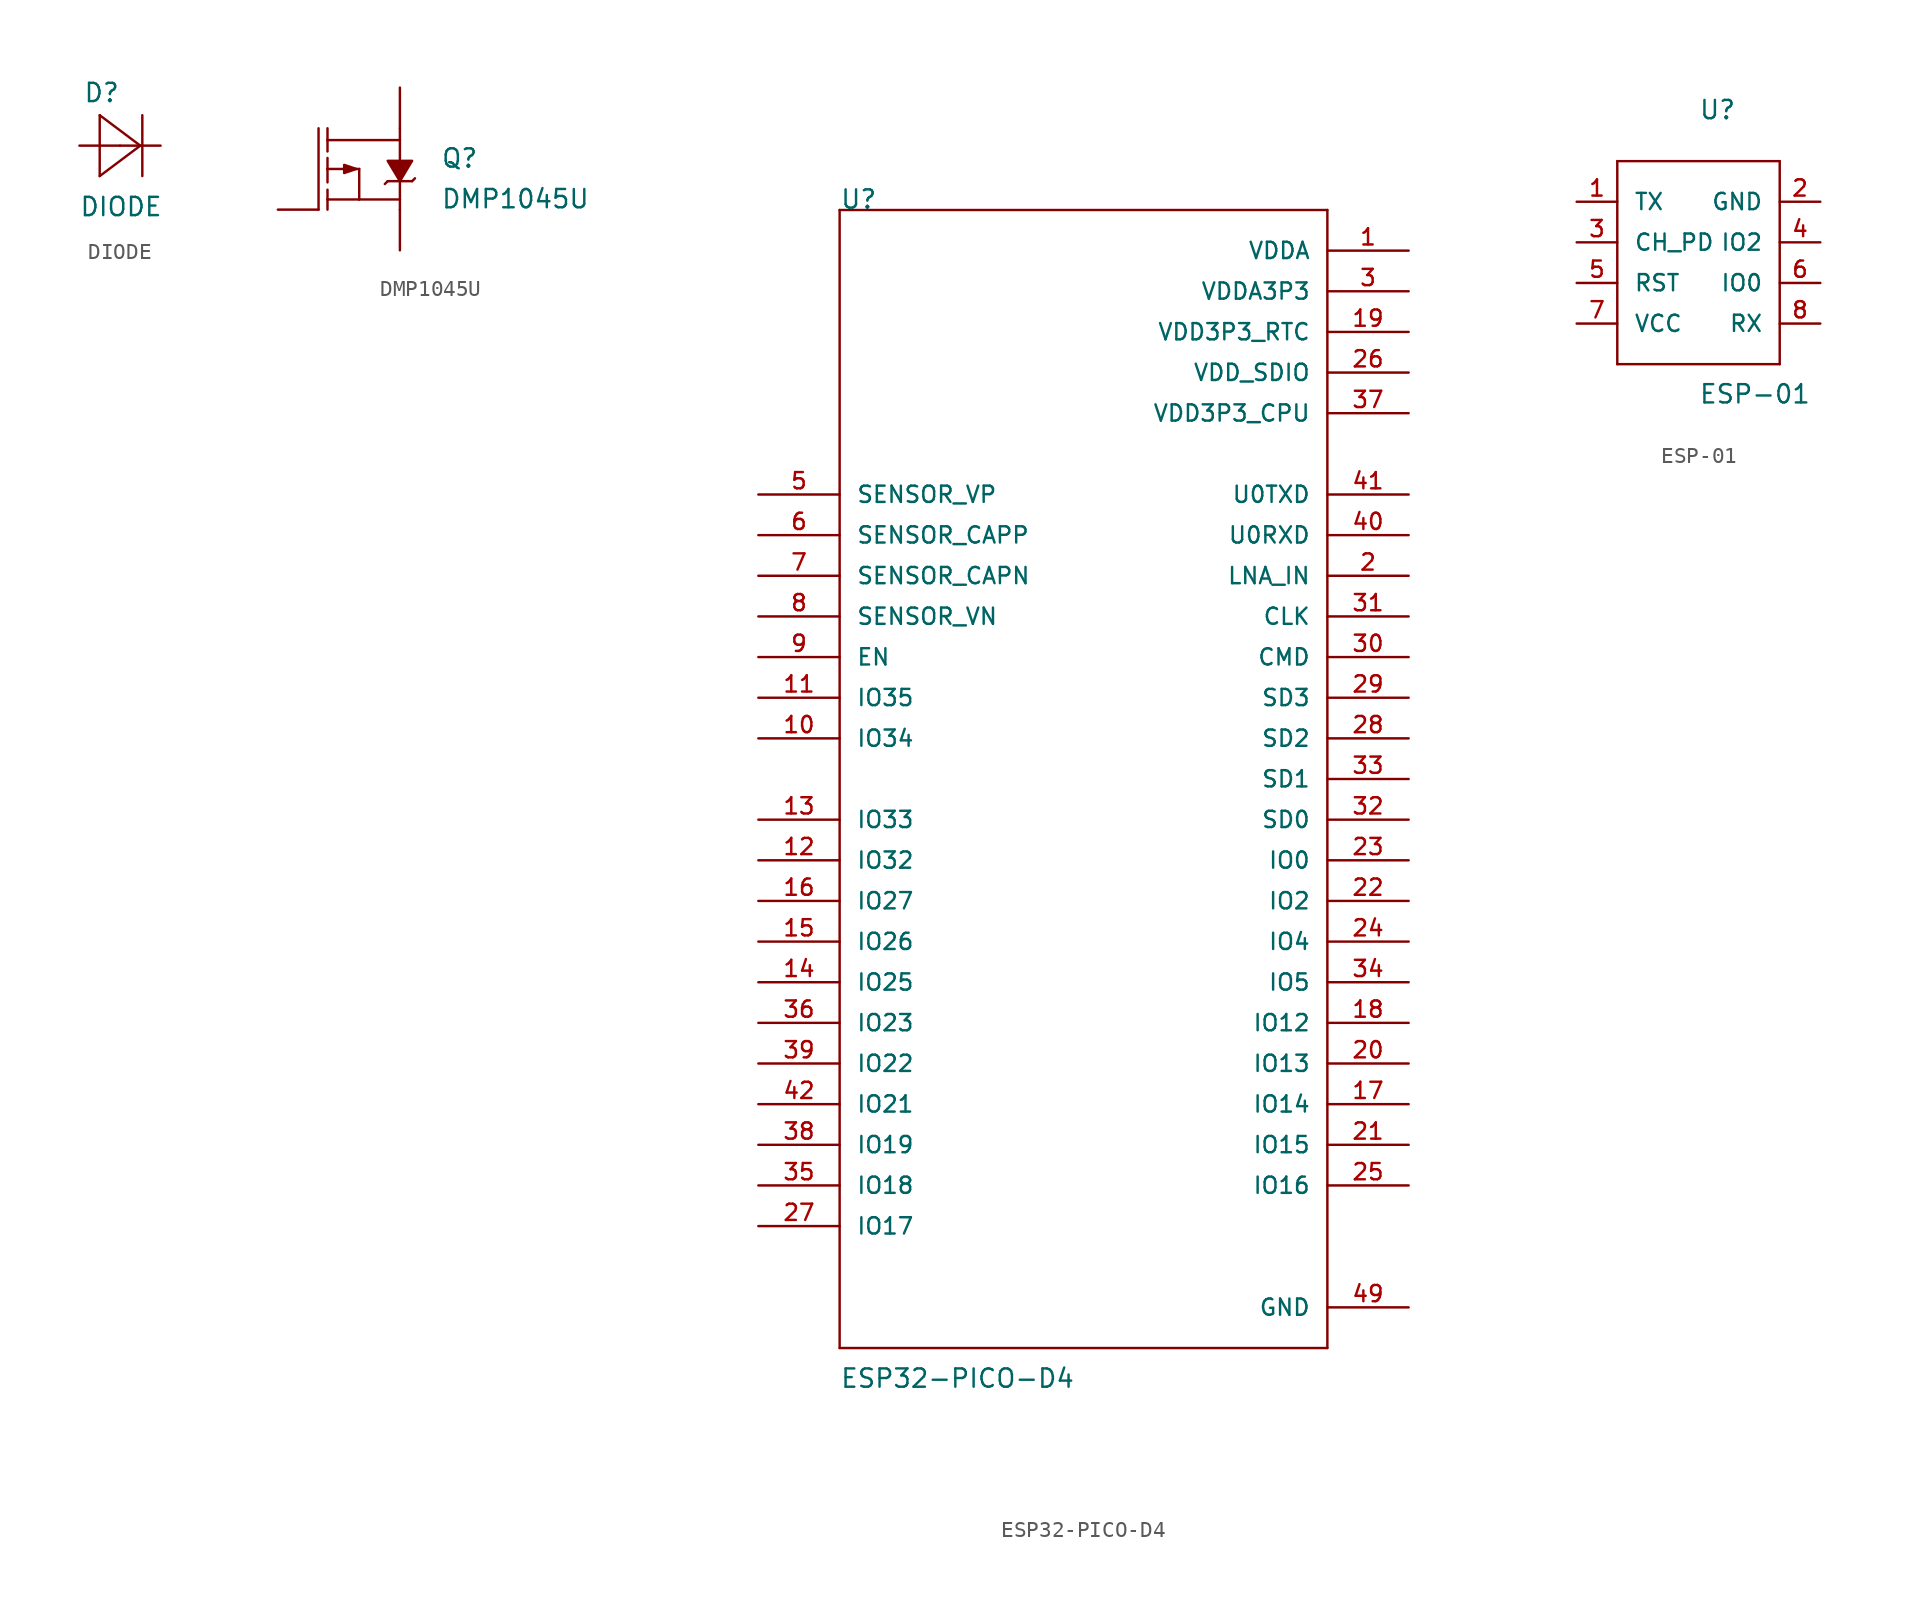
<source format=kicad_sym>
(kicad_symbol_lib
  (version 20220914)
  (generator kicad_symbol_editor)
  (symbol "DIODE"
    (pin_numbers hide)
    (pin_names
      (offset 1.016) hide)
    (property "Reference" "D"
      (at -2.311 2.642 0)
      (effects (font (size 1.143 1.143)) (justify left bottom)))
    (property "Value" "DIODE"
      (at -2.565 -4.496 0)
      (effects (font (size 1.143 1.143)) (justify left bottom)))
    (property "ki_locked" ""
      (at 0 0 0)
      (effects (font (size 1.27 1.27))))
    (symbol "DIODE_1_0"
      (polyline (pts (xy -1.27 -1.905) (xy 1.27 0)) (stroke (width 0) (type solid)) (fill (type none)))
      (polyline (pts (xy -1.27 1.905) (xy -1.27 -1.905)) (stroke (width 0) (type solid)) (fill (type none)))
      (polyline (pts (xy 1.27 0) (xy -1.27 1.905)) (stroke (width 0) (type solid)) (fill (type none)))
      (polyline (pts (xy 1.397 1.905) (xy 1.397 -1.905)) (stroke (width 0) (type solid)) (fill (type none))))
    (symbol "DIODE_1_1"
      (pin passive line (at -2.54 0 0) (length 2.54) (name "A" (effects (font (size 1.016 1.016)))) (number "A" (effects (font (size 1.016 1.016)))))
      (pin passive line (at 2.54 0 180) (length 2.54) (name "C" (effects (font (size 1.016 1.016)))) (number "C" (effects (font (size 1.016 1.016)))))))
  (symbol "DMP1045U"
    (pin_numbers hide)
    (pin_names
      (offset 1.016) hide)
    (property "Reference" "Q"
      (at 5.08 0 0)
      (effects (font (size 1.143 1.143)) (justify left bottom)))
    (property "Value" "DMP1045U"
      (at 5.08 -2.54 0)
      (effects (font (size 1.143 1.143)) (justify left bottom)))
    (property "ki_locked" ""
      (at 0 0 0)
      (effects (font (size 1.27 1.27))))
    (symbol "DMP1045U_1_0"
      (polyline (pts (xy -2.54 -2.54) (xy -2.54 2.54)) (stroke (width 0) (type solid)) (fill (type none)))
      (polyline (pts (xy -1.981 -1.905) (xy -1.981 -2.54)) (stroke (width 0) (type solid)) (fill (type none)))
      (polyline (pts (xy -1.981 -1.905) (xy 0 -1.905)) (stroke (width 0) (type solid)) (fill (type none)))
      (polyline (pts (xy -1.981 -1.295) (xy -1.981 -1.905)) (stroke (width 0) (type solid)) (fill (type none)))
      (polyline (pts (xy -1.981 0) (xy -1.981 -0.838)) (stroke (width 0) (type solid)) (fill (type none)))
      (polyline (pts (xy -1.981 0.686) (xy -1.981 0)) (stroke (width 0) (type solid)) (fill (type none)))
      (polyline (pts (xy -1.981 1.803) (xy -1.981 1.092)) (stroke (width 0) (type solid)) (fill (type none)))
      (polyline (pts (xy -1.981 1.803) (xy 2.54 1.803)) (stroke (width 0) (type solid)) (fill (type none)))
      (polyline (pts (xy -1.981 2.54) (xy -1.981 1.803)) (stroke (width 0) (type solid)) (fill (type none)))
      (polyline (pts (xy 0 -1.905) (xy 0 0)) (stroke (width 0) (type solid)) (fill (type none)))
      (polyline (pts (xy 0 0) (xy -1.981 0)) (stroke (width 0) (type solid)) (fill (type none)))
      (polyline (pts (xy 1.778 -0.762) (xy 1.6 -0.94)) (stroke (width 0) (type solid)) (fill (type none)))
      (polyline (pts (xy 1.778 -0.762) (xy 3.302 -0.762)) (stroke (width 0) (type solid)) (fill (type none)))
      (polyline (pts (xy 2.54 -2.54) (xy 2.54 -1.905)) (stroke (width 0) (type solid)) (fill (type none)))
      (polyline (pts (xy 2.54 -1.905) (xy 0 -1.905)) (stroke (width 0) (type solid)) (fill (type none)))
      (polyline (pts (xy 2.54 -1.905) (xy 2.54 -0.787)) (stroke (width 0) (type solid)) (fill (type none)))
      (polyline (pts (xy 2.54 1.803) (xy 2.54 0.584)) (stroke (width 0) (type solid)) (fill (type none)))
      (polyline (pts (xy 2.54 2.54) (xy 2.54 1.803)) (stroke (width 0) (type solid)) (fill (type none)))
      (polyline (pts (xy 3.48 -0.584) (xy 3.302 -0.762)) (stroke (width 0) (type solid)) (fill (type none))))
    (symbol "DMP1045U_1_1"
      (polyline (pts (xy -0.178 0) (xy -0.94 -0.254) (xy -0.94 -0.254) (xy -0.94 0.254) (xy -0.94 0.254) (xy -0.178 0)) (stroke (width 0) (type solid)) (fill (type outline)))
      (polyline (pts (xy 3.302 0.508) (xy 2.54 -0.762) (xy 2.54 -0.762) (xy 1.778 0.508) (xy 1.778 0.508) (xy 3.302 0.508)) (stroke (width 0) (type solid)) (fill (type outline)))
      (pin bidirectional line (at -5.08 -2.54 0) (length 2.54) (name "G" (effects (font (size 1.016 1.016)))) (number "1" (effects (font (size 1.016 1.016)))))
      (pin bidirectional line (at 2.54 -5.08 90) (length 2.54) (name "S" (effects (font (size 1.016 1.016)))) (number "2" (effects (font (size 1.016 1.016)))))
      (pin bidirectional line (at 2.54 5.08 270) (length 2.54) (name "D" (effects (font (size 1.016 1.016)))) (number "3" (effects (font (size 1.016 1.016)))))))
  (symbol "ESP32-PICO-D4"
    (pin_names
      (offset 1.016))
    (property "Reference" "U"
      (at -15.24 35.56 0)
      (effects (font (size 1.143 1.143)) (justify left bottom)))
    (property "Value" "ESP32-PICO-D4"
      (at -15.24 -38.125 0)
      (effects (font (size 1.143 1.143)) (justify left bottom)))
    (property "ki_locked" ""
      (at 0 0 0)
      (effects (font (size 1.27 1.27))))
    (symbol "ESP32-PICO-D4_1_0"
      (polyline (pts (xy -15.24 -35.56) (xy -15.24 35.56)) (stroke (width 0) (type solid)) (fill (type none)))
      (polyline (pts (xy -15.24 35.56) (xy 15.24 35.56)) (stroke (width 0) (type solid)) (fill (type none)))
      (polyline (pts (xy 15.24 -35.56) (xy -15.24 -35.56)) (stroke (width 0) (type solid)) (fill (type none)))
      (polyline (pts (xy 15.24 35.56) (xy 15.24 -35.56)) (stroke (width 0) (type solid)) (fill (type none))))
    (symbol "ESP32-PICO-D4_1_1"
      (pin power_in line (at 20.32 33.02 180) (length 5.08) (name "VDDA" (effects (font (size 1.016 1.016)))) (number "1" (effects (font (size 1.016 1.016)))))
      (pin input line (at -20.32 2.54 0) (length 5.08) (name "IO34" (effects (font (size 1.016 1.016)))) (number "10" (effects (font (size 1.016 1.016)))))
      (pin input line (at -20.32 5.08 0) (length 5.08) (name "IO35" (effects (font (size 1.016 1.016)))) (number "11" (effects (font (size 1.016 1.016)))))
      (pin bidirectional line (at -20.32 -5.08 0) (length 5.08) (name "IO32" (effects (font (size 1.016 1.016)))) (number "12" (effects (font (size 1.016 1.016)))))
      (pin bidirectional line (at -20.32 -2.54 0) (length 5.08) (name "IO33" (effects (font (size 1.016 1.016)))) (number "13" (effects (font (size 1.016 1.016)))))
      (pin bidirectional line (at -20.32 -12.7 0) (length 5.08) (name "IO25" (effects (font (size 1.016 1.016)))) (number "14" (effects (font (size 1.016 1.016)))))
      (pin bidirectional line (at -20.32 -10.16 0) (length 5.08) (name "IO26" (effects (font (size 1.016 1.016)))) (number "15" (effects (font (size 1.016 1.016)))))
      (pin bidirectional line (at -20.32 -7.62 0) (length 5.08) (name "IO27" (effects (font (size 1.016 1.016)))) (number "16" (effects (font (size 1.016 1.016)))))
      (pin bidirectional line (at 20.32 -20.32 180) (length 5.08) (name "IO14" (effects (font (size 1.016 1.016)))) (number "17" (effects (font (size 1.016 1.016)))))
      (pin bidirectional line (at 20.32 -15.24 180) (length 5.08) (name "IO12" (effects (font (size 1.016 1.016)))) (number "18" (effects (font (size 1.016 1.016)))))
      (pin power_in line (at 20.32 27.94 180) (length 5.08) (name "VDD3P3_RTC" (effects (font (size 1.016 1.016)))) (number "19" (effects (font (size 1.016 1.016)))))
      (pin bidirectional line (at 20.32 12.7 180) (length 5.08) (name "LNA_IN" (effects (font (size 1.016 1.016)))) (number "2" (effects (font (size 1.016 1.016)))))
      (pin bidirectional line (at 20.32 -17.78 180) (length 5.08) (name "IO13" (effects (font (size 1.016 1.016)))) (number "20" (effects (font (size 1.016 1.016)))))
      (pin bidirectional line (at 20.32 -22.86 180) (length 5.08) (name "IO15" (effects (font (size 1.016 1.016)))) (number "21" (effects (font (size 1.016 1.016)))))
      (pin bidirectional line (at 20.32 -7.62 180) (length 5.08) (name "IO2" (effects (font (size 1.016 1.016)))) (number "22" (effects (font (size 1.016 1.016)))))
      (pin bidirectional line (at 20.32 -5.08 180) (length 5.08) (name "IO0" (effects (font (size 1.016 1.016)))) (number "23" (effects (font (size 1.016 1.016)))))
      (pin bidirectional line (at 20.32 -10.16 180) (length 5.08) (name "IO4" (effects (font (size 1.016 1.016)))) (number "24" (effects (font (size 1.016 1.016)))))
      (pin bidirectional line (at 20.32 -25.4 180) (length 5.08) (name "IO16" (effects (font (size 1.016 1.016)))) (number "25" (effects (font (size 1.016 1.016)))))
      (pin power_in line (at 20.32 25.4 180) (length 5.08) (name "VDD_SDIO" (effects (font (size 1.016 1.016)))) (number "26" (effects (font (size 1.016 1.016)))))
      (pin bidirectional line (at -20.32 -27.94 0) (length 5.08) (name "IO17" (effects (font (size 1.016 1.016)))) (number "27" (effects (font (size 1.016 1.016)))))
      (pin bidirectional line (at 20.32 2.54 180) (length 5.08) (name "SD2" (effects (font (size 1.016 1.016)))) (number "28" (effects (font (size 1.016 1.016)))))
      (pin bidirectional line (at 20.32 5.08 180) (length 5.08) (name "SD3" (effects (font (size 1.016 1.016)))) (number "29" (effects (font (size 1.016 1.016)))))
      (pin power_in line (at 20.32 30.48 180) (length 5.08) (name "VDDA3P3" (effects (font (size 1.016 1.016)))) (number "3" (effects (font (size 1.016 1.016)))))
      (pin bidirectional line (at 20.32 7.62 180) (length 5.08) (name "CMD" (effects (font (size 1.016 1.016)))) (number "30" (effects (font (size 1.016 1.016)))))
      (pin bidirectional line (at 20.32 10.16 180) (length 5.08) (name "CLK" (effects (font (size 1.016 1.016)))) (number "31" (effects (font (size 1.016 1.016)))))
      (pin bidirectional line (at 20.32 -2.54 180) (length 5.08) (name "SD0" (effects (font (size 1.016 1.016)))) (number "32" (effects (font (size 1.016 1.016)))))
      (pin bidirectional line (at 20.32 0 180) (length 5.08) (name "SD1" (effects (font (size 1.016 1.016)))) (number "33" (effects (font (size 1.016 1.016)))))
      (pin bidirectional line (at 20.32 -12.7 180) (length 5.08) (name "IO5" (effects (font (size 1.016 1.016)))) (number "34" (effects (font (size 1.016 1.016)))))
      (pin bidirectional line (at -20.32 -25.4 0) (length 5.08) (name "IO18" (effects (font (size 1.016 1.016)))) (number "35" (effects (font (size 1.016 1.016)))))
      (pin bidirectional line (at -20.32 -15.24 0) (length 5.08) (name "IO23" (effects (font (size 1.016 1.016)))) (number "36" (effects (font (size 1.016 1.016)))))
      (pin power_in line (at 20.32 22.86 180) (length 5.08) (name "VDD3P3_CPU" (effects (font (size 1.016 1.016)))) (number "37" (effects (font (size 1.016 1.016)))))
      (pin bidirectional line (at -20.32 -22.86 0) (length 5.08) (name "IO19" (effects (font (size 1.016 1.016)))) (number "38" (effects (font (size 1.016 1.016)))))
      (pin bidirectional line (at -20.32 -17.78 0) (length 5.08) (name "IO22" (effects (font (size 1.016 1.016)))) (number "39" (effects (font (size 1.016 1.016)))))
      (pin power_in line (at 20.32 30.48 180) (length 5.08) hide (name "VDDA3P3" (effects (font (size 1.016 1.016)))) (number "4" (effects (font (size 1.016 1.016)))))
      (pin bidirectional line (at 20.32 15.24 180) (length 5.08) (name "U0RXD" (effects (font (size 1.016 1.016)))) (number "40" (effects (font (size 1.016 1.016)))))
      (pin bidirectional line (at 20.32 17.78 180) (length 5.08) (name "U0TXD" (effects (font (size 1.016 1.016)))) (number "41" (effects (font (size 1.016 1.016)))))
      (pin bidirectional line (at -20.32 -20.32 0) (length 5.08) (name "IO21" (effects (font (size 1.016 1.016)))) (number "42" (effects (font (size 1.016 1.016)))))
      (pin power_in line (at 20.32 33.02 180) (length 5.08) hide (name "VDDA" (effects (font (size 1.016 1.016)))) (number "43" (effects (font (size 1.016 1.016)))))
      (pin power_in line (at 20.32 33.02 180) (length 5.08) hide (name "VDDA" (effects (font (size 1.016 1.016)))) (number "46" (effects (font (size 1.016 1.016)))))
      (pin power_in line (at 20.32 -33.02 180) (length 5.08) (name "GND" (effects (font (size 1.016 1.016)))) (number "49" (effects (font (size 1.016 1.016)))))
      (pin input line (at -20.32 17.78 0) (length 5.08) (name "SENSOR_VP" (effects (font (size 1.016 1.016)))) (number "5" (effects (font (size 1.016 1.016)))))
      (pin input line (at -20.32 15.24 0) (length 5.08) (name "SENSOR_CAPP" (effects (font (size 1.016 1.016)))) (number "6" (effects (font (size 1.016 1.016)))))
      (pin input line (at -20.32 12.7 0) (length 5.08) (name "SENSOR_CAPN" (effects (font (size 1.016 1.016)))) (number "7" (effects (font (size 1.016 1.016)))))
      (pin input line (at -20.32 10.16 0) (length 5.08) (name "SENSOR_VN" (effects (font (size 1.016 1.016)))) (number "8" (effects (font (size 1.016 1.016)))))
      (pin input line (at -20.32 7.62 0) (length 5.08) (name "EN" (effects (font (size 1.016 1.016)))) (number "9" (effects (font (size 1.016 1.016)))))))
  (symbol "ESP-01"
    (pin_names
      (offset 1.016))
    (property "Reference" "U"
      (at -5.08 15.24 0)
      (effects (font (size 1.143 1.143)) (justify left bottom)))
    (property "Value" "ESP-01"
      (at -5.08 -2.54 0)
      (effects (font (size 1.143 1.143)) (justify left bottom)))
    (property "ki_locked" ""
      (at 0 0 0)
      (effects (font (size 1.27 1.27))))
    (symbol "ESP-01_1_0"
      (polyline (pts (xy -10.16 0) (xy -10.16 12.7)) (stroke (width 0) (type solid)) (fill (type none)))
      (polyline (pts (xy -10.16 12.7) (xy 0 12.7)) (stroke (width 0) (type solid)) (fill (type none)))
      (polyline (pts (xy 0 0) (xy -10.16 0)) (stroke (width 0) (type solid)) (fill (type none)))
      (polyline (pts (xy 0 12.7) (xy 0 0)) (stroke (width 0) (type solid)) (fill (type none))))
    (symbol "ESP-01_1_1"
      (pin bidirectional line (at -12.7 10.16 0) (length 2.54) (name "TX" (effects (font (size 1.016 1.016)))) (number "1" (effects (font (size 1.016 1.016)))))
      (pin power_in line (at 2.54 10.16 180) (length 2.54) (name "GND" (effects (font (size 1.016 1.016)))) (number "2" (effects (font (size 1.016 1.016)))))
      (pin passive line (at -12.7 7.62 0) (length 2.54) (name "CH_PD" (effects (font (size 1.016 1.016)))) (number "3" (effects (font (size 1.016 1.016)))))
      (pin bidirectional line (at 2.54 7.62 180) (length 2.54) (name "IO2" (effects (font (size 1.016 1.016)))) (number "4" (effects (font (size 1.016 1.016)))))
      (pin passive line (at -12.7 5.08 0) (length 2.54) (name "RST" (effects (font (size 1.016 1.016)))) (number "5" (effects (font (size 1.016 1.016)))))
      (pin bidirectional line (at 2.54 5.08 180) (length 2.54) (name "IO0" (effects (font (size 1.016 1.016)))) (number "6" (effects (font (size 1.016 1.016)))))
      (pin power_in line (at -12.7 2.54 0) (length 2.54) (name "VCC" (effects (font (size 1.016 1.016)))) (number "7" (effects (font (size 1.016 1.016)))))
      (pin bidirectional line (at 2.54 2.54 180) (length 2.54) (name "RX" (effects (font (size 1.016 1.016)))) (number "8" (effects (font (size 1.016 1.016))))))))
</source>
